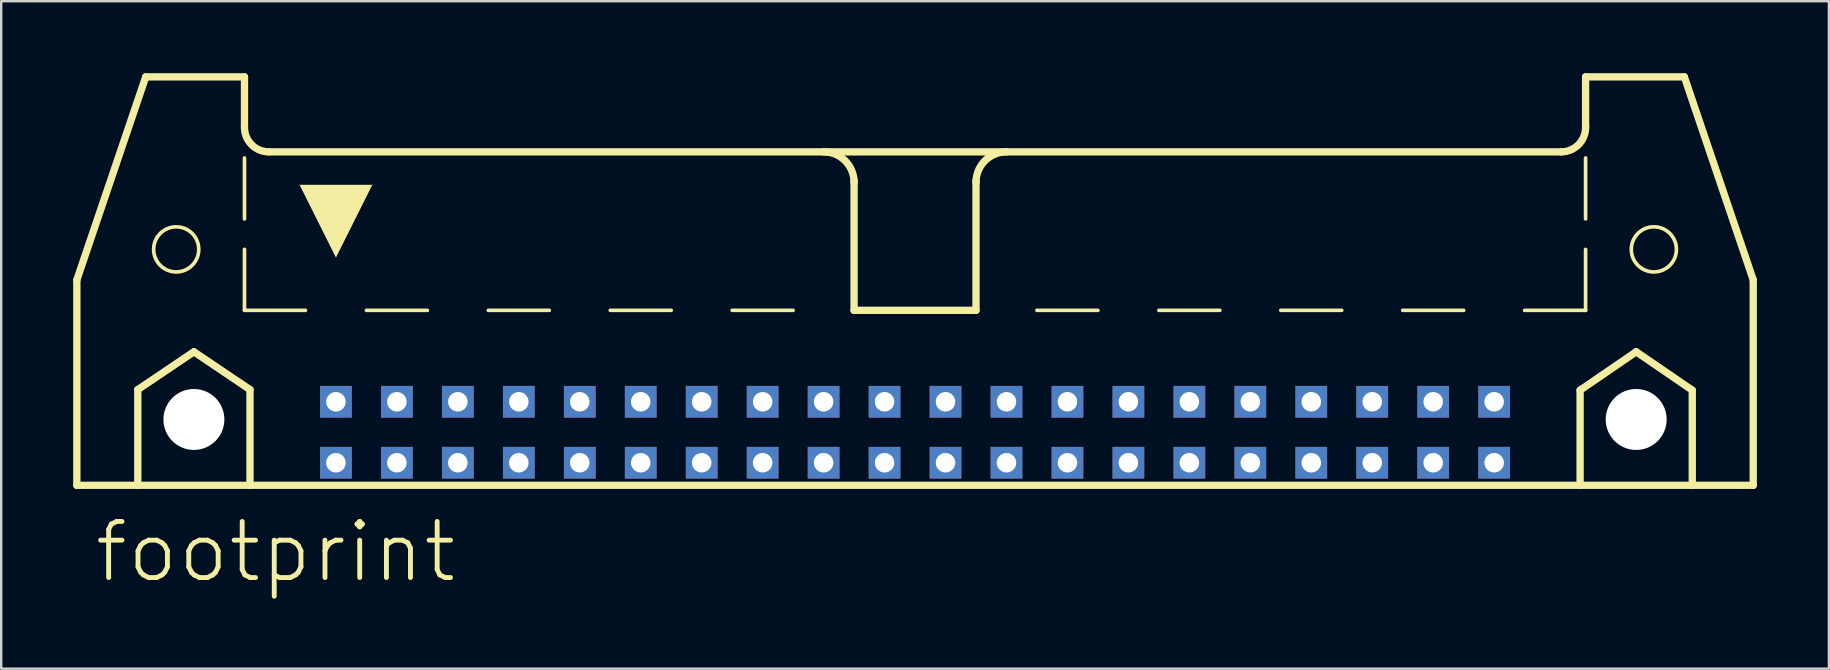
<source format=kicad_pcb>
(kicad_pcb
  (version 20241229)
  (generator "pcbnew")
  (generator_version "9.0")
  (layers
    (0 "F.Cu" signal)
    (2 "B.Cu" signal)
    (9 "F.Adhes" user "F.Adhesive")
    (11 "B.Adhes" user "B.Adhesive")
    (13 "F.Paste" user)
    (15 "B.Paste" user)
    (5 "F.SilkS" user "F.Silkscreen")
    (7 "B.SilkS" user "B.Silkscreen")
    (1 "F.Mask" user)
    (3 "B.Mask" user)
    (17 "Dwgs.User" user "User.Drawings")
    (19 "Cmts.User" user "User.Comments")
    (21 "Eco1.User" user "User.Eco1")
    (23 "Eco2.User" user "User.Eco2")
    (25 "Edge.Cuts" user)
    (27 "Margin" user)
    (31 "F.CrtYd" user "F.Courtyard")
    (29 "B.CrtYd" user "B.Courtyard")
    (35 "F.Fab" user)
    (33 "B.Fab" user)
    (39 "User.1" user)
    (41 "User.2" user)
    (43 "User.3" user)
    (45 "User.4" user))
  (footprint "footprint"
    (layer "F.Cu")
    (at 35.077 11.151)
    (property "Reference" "footprint" (at -34.29 10.16 0) (layer "F.SilkS") (effects (font (size 2.337 2.337) (thickness 0.203)) (justify left bottom)))
    (fp_line (start -34.925 -2.54) (end -34.925 6.02) (stroke (width 0.305) (type solid)) (layer "F.SilkS"))
    (fp_line (start -34.925 -2.54) (end -32.055 -10.998) (stroke (width 0.305) (type solid)) (layer "F.SilkS"))
    (fp_line (start -34.925 6.02) (end -32.385 6.02) (stroke (width 0.305) (type solid)) (layer "F.SilkS"))
    (fp_line (start -32.385 2.032) (end -30.048 0.457) (stroke (width 0.305) (type solid)) (layer "F.SilkS"))
    (fp_line (start -32.385 6.02) (end -32.385 2.032) (stroke (width 0.305) (type solid)) (layer "F.SilkS"))
    (fp_line (start -32.385 6.02) (end -27.711 6.02) (stroke (width 0.305) (type solid)) (layer "F.SilkS"))
    (fp_line (start -30.048 0.457) (end -27.711 2.032) (stroke (width 0.305) (type solid)) (layer "F.SilkS"))
    (fp_line (start -27.94 -10.998) (end -32.055 -10.998) (stroke (width 0.305) (type solid)) (layer "F.SilkS"))
    (fp_line (start -27.94 -8.89) (end -27.94 -10.998) (stroke (width 0.305) (type solid)) (layer "F.SilkS"))
    (fp_line (start -27.94 -5.08) (end -27.94 -7.62) (stroke (width 0.152) (type solid)) (layer "F.SilkS"))
    (fp_line (start -27.94 -1.27) (end -27.94 -3.81) (stroke (width 0.152) (type solid)) (layer "F.SilkS"))
    (fp_line (start -27.94 -1.27) (end -25.4 -1.27) (stroke (width 0.152) (type solid)) (layer "F.SilkS"))
    (fp_line (start -27.711 2.032) (end -27.711 6.02) (stroke (width 0.305) (type solid)) (layer "F.SilkS"))
    (fp_line (start -27.711 6.02) (end 27.711 6.02) (stroke (width 0.305) (type solid)) (layer "F.SilkS"))
    (fp_line (start -26.924 -7.874) (end 26.924 -7.874) (stroke (width 0.305) (type solid)) (layer "F.SilkS"))
    (fp_line (start -22.86 -1.27) (end -20.32 -1.27) (stroke (width 0.152) (type solid)) (layer "F.SilkS"))
    (fp_line (start -17.78 -1.27) (end -15.24 -1.27) (stroke (width 0.152) (type solid)) (layer "F.SilkS"))
    (fp_line (start -12.7 -1.27) (end -10.16 -1.27) (stroke (width 0.152) (type solid)) (layer "F.SilkS"))
    (fp_line (start -7.62 -1.27) (end -5.08 -1.27) (stroke (width 0.152) (type solid)) (layer "F.SilkS"))
    (fp_line (start -2.54 -1.27) (end -2.54 -6.68) (stroke (width 0.305) (type solid)) (layer "F.SilkS"))
    (fp_line (start 0 -1.27) (end 2.54 -1.27) (stroke (width 0.152) (type solid)) (layer "F.SilkS"))
    (fp_line (start 2.54 -1.27) (end -2.54 -1.27) (stroke (width 0.305) (type solid)) (layer "F.SilkS"))
    (fp_line (start 2.54 -1.27) (end 2.54 -6.68) (stroke (width 0.305) (type solid)) (layer "F.SilkS"))
    (fp_line (start 7.62 -1.27) (end 5.08 -1.27) (stroke (width 0.152) (type solid)) (layer "F.SilkS"))
    (fp_line (start 12.7 -1.27) (end 10.16 -1.27) (stroke (width 0.152) (type solid)) (layer "F.SilkS"))
    (fp_line (start 17.78 -1.27) (end 15.24 -1.27) (stroke (width 0.152) (type solid)) (layer "F.SilkS"))
    (fp_line (start 22.86 -1.27) (end 20.32 -1.27) (stroke (width 0.152) (type solid)) (layer "F.SilkS"))
    (fp_line (start 27.711 2.057) (end 30.048 0.457) (stroke (width 0.305) (type solid)) (layer "F.SilkS"))
    (fp_line (start 27.711 6.02) (end 27.711 2.057) (stroke (width 0.305) (type solid)) (layer "F.SilkS"))
    (fp_line (start 27.711 6.02) (end 32.385 6.02) (stroke (width 0.305) (type solid)) (layer "F.SilkS"))
    (fp_line (start 27.94 -10.998) (end 32.055 -10.998) (stroke (width 0.305) (type solid)) (layer "F.SilkS"))
    (fp_line (start 27.94 -8.89) (end 27.94 -10.998) (stroke (width 0.305) (type solid)) (layer "F.SilkS"))
    (fp_line (start 27.94 -5.08) (end 27.94 -7.62) (stroke (width 0.152) (type solid)) (layer "F.SilkS"))
    (fp_line (start 27.94 -1.27) (end 25.4 -1.27) (stroke (width 0.152) (type solid)) (layer "F.SilkS"))
    (fp_line (start 27.94 -1.27) (end 27.94 -3.81) (stroke (width 0.152) (type solid)) (layer "F.SilkS"))
    (fp_line (start 30.048 0.457) (end 32.385 2.057) (stroke (width 0.305) (type solid)) (layer "F.SilkS"))
    (fp_line (start 32.385 2.057) (end 32.385 6.02) (stroke (width 0.305) (type solid)) (layer "F.SilkS"))
    (fp_line (start 32.385 6.02) (end 34.925 6.02) (stroke (width 0.305) (type solid)) (layer "F.SilkS"))
    (fp_line (start 34.925 -2.54) (end 32.055 -10.998) (stroke (width 0.305) (type solid)) (layer "F.SilkS"))
    (fp_line (start 34.925 6.02) (end 34.925 -2.54) (stroke (width 0.305) (type solid)) (layer "F.SilkS"))
    (fp_arc (start -26.924 -7.874) (mid -27.64242 -8.17158) (end -27.94 -8.89) (stroke (width 0.3048) (type solid)) (layer "F.SilkS"))
    (fp_arc (start -3.81 -7.874) (mid -2.911974 -7.502026) (end -2.54 -6.604) (stroke (width 0.3048) (type solid)) (layer "F.SilkS"))
    (fp_arc (start 2.54 -6.604) (mid 2.911974 -7.502026) (end 3.81 -7.874) (stroke (width 0.3048) (type solid)) (layer "F.SilkS"))
    (fp_arc (start 27.94 -8.89) (mid 27.64242 -8.17158) (end 26.924 -7.874) (stroke (width 0.3048) (type solid)) (layer "F.SilkS"))
    (fp_circle (center -30.785 -3.81) (end -29.845 -3.81) (stroke (width 0.152) (type solid)) (fill no) (layer "F.SilkS"))
    (fp_circle (center 30.785 -3.81) (end 31.725 -3.81) (stroke (width 0.152) (type solid)) (fill no) (layer "F.SilkS"))
    (fp_poly (pts (xy -24.13 -3.469) (xy -25.647 -6.502) (xy -22.613 -6.502)) (stroke (width 0) (type solid)) (fill yes) (layer "F.SilkS"))
    (pad "" np_thru_hole circle (at -30.048 3.277) (size 2.54 2.54) (drill 2.54) (layers "*.Cu" "*.Mask"))
    (pad "" np_thru_hole circle (at 30.048 3.277) (size 2.54 2.54) (drill 2.54) (layers "*.Cu" "*.Mask"))
    (pad "1" thru_hole rect (at -24.13 5.08) (size 1.321 1.321) (drill 0.813) (layers "*.Cu" "*.Mask"))
    (pad "2" thru_hole rect (at -24.13 2.54) (size 1.321 1.321) (drill 0.813) (layers "*.Cu" "*.Mask"))
    (pad "3" thru_hole rect (at -21.59 5.08) (size 1.321 1.321) (drill 0.813) (layers "*.Cu" "*.Mask"))
    (pad "4" thru_hole rect (at -21.59 2.54) (size 1.321 1.321) (drill 0.813) (layers "*.Cu" "*.Mask"))
    (pad "5" thru_hole rect (at -19.05 5.08) (size 1.321 1.321) (drill 0.813) (layers "*.Cu" "*.Mask"))
    (pad "6" thru_hole rect (at -19.05 2.54) (size 1.321 1.321) (drill 0.813) (layers "*.Cu" "*.Mask"))
    (pad "7" thru_hole rect (at -16.51 5.08) (size 1.321 1.321) (drill 0.813) (layers "*.Cu" "*.Mask"))
    (pad "8" thru_hole rect (at -16.51 2.54) (size 1.321 1.321) (drill 0.813) (layers "*.Cu" "*.Mask"))
    (pad "9" thru_hole rect (at -13.97 5.08) (size 1.321 1.321) (drill 0.813) (layers "*.Cu" "*.Mask"))
    (pad "10" thru_hole rect (at -13.97 2.54) (size 1.321 1.321) (drill 0.813) (layers "*.Cu" "*.Mask"))
    (pad "11" thru_hole rect (at -11.43 5.08) (size 1.321 1.321) (drill 0.813) (layers "*.Cu" "*.Mask"))
    (pad "12" thru_hole rect (at -11.43 2.54) (size 1.321 1.321) (drill 0.813) (layers "*.Cu" "*.Mask"))
    (pad "13" thru_hole rect (at -8.89 5.08) (size 1.321 1.321) (drill 0.813) (layers "*.Cu" "*.Mask"))
    (pad "14" thru_hole rect (at -8.89 2.54) (size 1.321 1.321) (drill 0.813) (layers "*.Cu" "*.Mask"))
    (pad "15" thru_hole rect (at -6.35 5.08) (size 1.321 1.321) (drill 0.813) (layers "*.Cu" "*.Mask"))
    (pad "16" thru_hole rect (at -6.35 2.54) (size 1.321 1.321) (drill 0.813) (layers "*.Cu" "*.Mask"))
    (pad "17" thru_hole rect (at -3.81 5.08) (size 1.321 1.321) (drill 0.813) (layers "*.Cu" "*.Mask"))
    (pad "18" thru_hole rect (at -3.81 2.54) (size 1.321 1.321) (drill 0.813) (layers "*.Cu" "*.Mask"))
    (pad "19" thru_hole rect (at -1.27 5.08) (size 1.321 1.321) (drill 0.813) (layers "*.Cu" "*.Mask"))
    (pad "20" thru_hole rect (at -1.27 2.54) (size 1.321 1.321) (drill 0.813) (layers "*.Cu" "*.Mask"))
    (pad "21" thru_hole rect (at 1.27 5.08) (size 1.321 1.321) (drill 0.813) (layers "*.Cu" "*.Mask"))
    (pad "22" thru_hole rect (at 1.27 2.54) (size 1.321 1.321) (drill 0.813) (layers "*.Cu" "*.Mask"))
    (pad "23" thru_hole rect (at 3.81 5.08) (size 1.321 1.321) (drill 0.813) (layers "*.Cu" "*.Mask"))
    (pad "24" thru_hole rect (at 3.81 2.54) (size 1.321 1.321) (drill 0.813) (layers "*.Cu" "*.Mask"))
    (pad "25" thru_hole rect (at 6.35 5.08) (size 1.321 1.321) (drill 0.813) (layers "*.Cu" "*.Mask"))
    (pad "26" thru_hole rect (at 6.35 2.54) (size 1.321 1.321) (drill 0.813) (layers "*.Cu" "*.Mask"))
    (pad "27" thru_hole rect (at 8.89 5.08) (size 1.321 1.321) (drill 0.813) (layers "*.Cu" "*.Mask"))
    (pad "28" thru_hole rect (at 8.89 2.54) (size 1.321 1.321) (drill 0.813) (layers "*.Cu" "*.Mask"))
    (pad "29" thru_hole rect (at 11.43 5.08) (size 1.321 1.321) (drill 0.813) (layers "*.Cu" "*.Mask"))
    (pad "30" thru_hole rect (at 11.43 2.54) (size 1.321 1.321) (drill 0.813) (layers "*.Cu" "*.Mask"))
    (pad "31" thru_hole rect (at 13.97 5.08) (size 1.321 1.321) (drill 0.813) (layers "*.Cu" "*.Mask"))
    (pad "32" thru_hole rect (at 13.97 2.54) (size 1.321 1.321) (drill 0.813) (layers "*.Cu" "*.Mask"))
    (pad "33" thru_hole rect (at 16.51 5.08) (size 1.321 1.321) (drill 0.813) (layers "*.Cu" "*.Mask"))
    (pad "34" thru_hole rect (at 16.51 2.54) (size 1.321 1.321) (drill 0.813) (layers "*.Cu" "*.Mask"))
    (pad "35" thru_hole rect (at 19.05 5.08) (size 1.321 1.321) (drill 0.813) (layers "*.Cu" "*.Mask"))
    (pad "36" thru_hole rect (at 19.05 2.54) (size 1.321 1.321) (drill 0.813) (layers "*.Cu" "*.Mask"))
    (pad "37" thru_hole rect (at 21.59 5.08) (size 1.321 1.321) (drill 0.813) (layers "*.Cu" "*.Mask"))
    (pad "38" thru_hole rect (at 21.59 2.54) (size 1.321 1.321) (drill 0.813) (layers "*.Cu" "*.Mask"))
    (pad "39" thru_hole rect (at 24.13 5.08) (size 1.321 1.321) (drill 0.813) (layers "*.Cu" "*.Mask"))
    (pad "40" thru_hole rect (at 24.13 2.54) (size 1.321 1.321) (drill 0.813) (layers "*.Cu" "*.Mask"))
    (zone (net_name "") (layer "F.Cu") (hatch edge 0.508) (connect_pads) (min_thickness 0.254) (filled_areas_thickness no) (keepout (tracks not_allowed) (vias not_allowed) (pads not_allowed) (copperpour not_allowed) (footprints allowed)) (placement (enabled no)) (fill) (polygon (pts (xy 6.96 14.427) (xy 6.93 14.092) (xy 6.843 13.767) (xy 6.701 13.462) (xy 6.508 13.186) (xy 6.27 12.948) (xy 5.994 12.755) (xy 5.689 12.613) (xy 5.364 12.526) (xy 5.029 12.497) (xy 4.694 12.526) (xy 4.369 12.613) (xy 4.064 12.755) (xy 3.788 12.948) (xy 3.55 13.186) (xy 3.357 13.462) (xy 3.215 13.767) (xy 3.128 14.092) (xy 3.099 14.427) (xy 3.128 14.762) (xy 3.215 15.087) (xy 3.357 15.392) (xy 3.55 15.668) (xy 3.788 15.906) (xy 4.064 16.099) (xy 4.369 16.241) (xy 4.694 16.328) (xy 5.029 16.358) (xy 5.364 16.328) (xy 5.689 16.241) (xy 5.994 16.099) (xy 6.27 15.906) (xy 6.508 15.668) (xy 6.701 15.392) (xy 6.843 15.087) (xy 6.93 14.762))))
    (zone (net_name "") (layer "F.Cu") (hatch edge 0.508) (connect_pads) (min_thickness 0.254) (filled_areas_thickness no) (keepout (tracks not_allowed) (vias not_allowed) (pads not_allowed) (copperpour not_allowed) (footprints allowed)) (placement (enabled no)) (fill) (polygon (pts (xy 67.056 14.427) (xy 67.027 14.092) (xy 66.94 13.767) (xy 66.797 13.462) (xy 66.604 13.186) (xy 66.366 12.948) (xy 66.091 12.755) (xy 65.786 12.613) (xy 65.461 12.526) (xy 65.126 12.497) (xy 64.79 12.526) (xy 64.465 12.613) (xy 64.16 12.755) (xy 63.885 12.948) (xy 63.647 13.186) (xy 63.454 13.462) (xy 63.312 13.767) (xy 63.225 14.092) (xy 63.195 14.427) (xy 63.225 14.762) (xy 63.312 15.087) (xy 63.454 15.392) (xy 63.647 15.668) (xy 63.885 15.906) (xy 64.16 16.099) (xy 64.465 16.241) (xy 64.79 16.328) (xy 65.126 16.358) (xy 65.461 16.328) (xy 65.786 16.241) (xy 66.091 16.099) (xy 66.366 15.906) (xy 66.604 15.668) (xy 66.797 15.392) (xy 66.94 15.087) (xy 67.027 14.762))))
    (zone (net_name "") (layer "B.Cu") (hatch edge 0.508) (connect_pads) (min_thickness 0.254) (filled_areas_thickness no) (keepout (tracks not_allowed) (vias not_allowed) (pads not_allowed) (copperpour not_allowed) (footprints allowed)) (placement (enabled no)) (fill) (polygon (pts (xy 6.96 14.427) (xy 6.93 14.092) (xy 6.843 13.767) (xy 6.701 13.462) (xy 6.508 13.186) (xy 6.27 12.948) (xy 5.994 12.755) (xy 5.689 12.613) (xy 5.364 12.526) (xy 5.029 12.497) (xy 4.694 12.526) (xy 4.369 12.613) (xy 4.064 12.755) (xy 3.788 12.948) (xy 3.55 13.186) (xy 3.357 13.462) (xy 3.215 13.767) (xy 3.128 14.092) (xy 3.099 14.427) (xy 3.128 14.762) (xy 3.215 15.087) (xy 3.357 15.392) (xy 3.55 15.668) (xy 3.788 15.906) (xy 4.064 16.099) (xy 4.369 16.241) (xy 4.694 16.328) (xy 5.029 16.358) (xy 5.364 16.328) (xy 5.689 16.241) (xy 5.994 16.099) (xy 6.27 15.906) (xy 6.508 15.668) (xy 6.701 15.392) (xy 6.843 15.087) (xy 6.93 14.762))))
    (zone (net_name "") (layer "B.Cu") (hatch edge 0.508) (connect_pads) (min_thickness 0.254) (filled_areas_thickness no) (keepout (tracks not_allowed) (vias not_allowed) (pads not_allowed) (copperpour not_allowed) (footprints allowed)) (placement (enabled no)) (fill) (polygon (pts (xy 67.056 14.427) (xy 67.027 14.092) (xy 66.94 13.767) (xy 66.797 13.462) (xy 66.604 13.186) (xy 66.366 12.948) (xy 66.091 12.755) (xy 65.786 12.613) (xy 65.461 12.526) (xy 65.126 12.497) (xy 64.79 12.526) (xy 64.465 12.613) (xy 64.16 12.755) (xy 63.885 12.948) (xy 63.647 13.186) (xy 63.454 13.462) (xy 63.312 13.767) (xy 63.225 14.092) (xy 63.195 14.427) (xy 63.225 14.762) (xy 63.312 15.087) (xy 63.454 15.392) (xy 63.647 15.668) (xy 63.885 15.906) (xy 64.16 16.099) (xy 64.465 16.241) (xy 64.79 16.328) (xy 65.126 16.358) (xy 65.461 16.328) (xy 65.786 16.241) (xy 66.091 16.099) (xy 66.366 15.906) (xy 66.604 15.668) (xy 66.797 15.392) (xy 66.94 15.087) (xy 67.027 14.762)))))
  (gr_rect
    (start -3 -3)
    (end 73.155 24.811)
    (stroke (width 0.1) (type default))
    (fill no)
    (layer "Edge.Cuts")))
</source>
